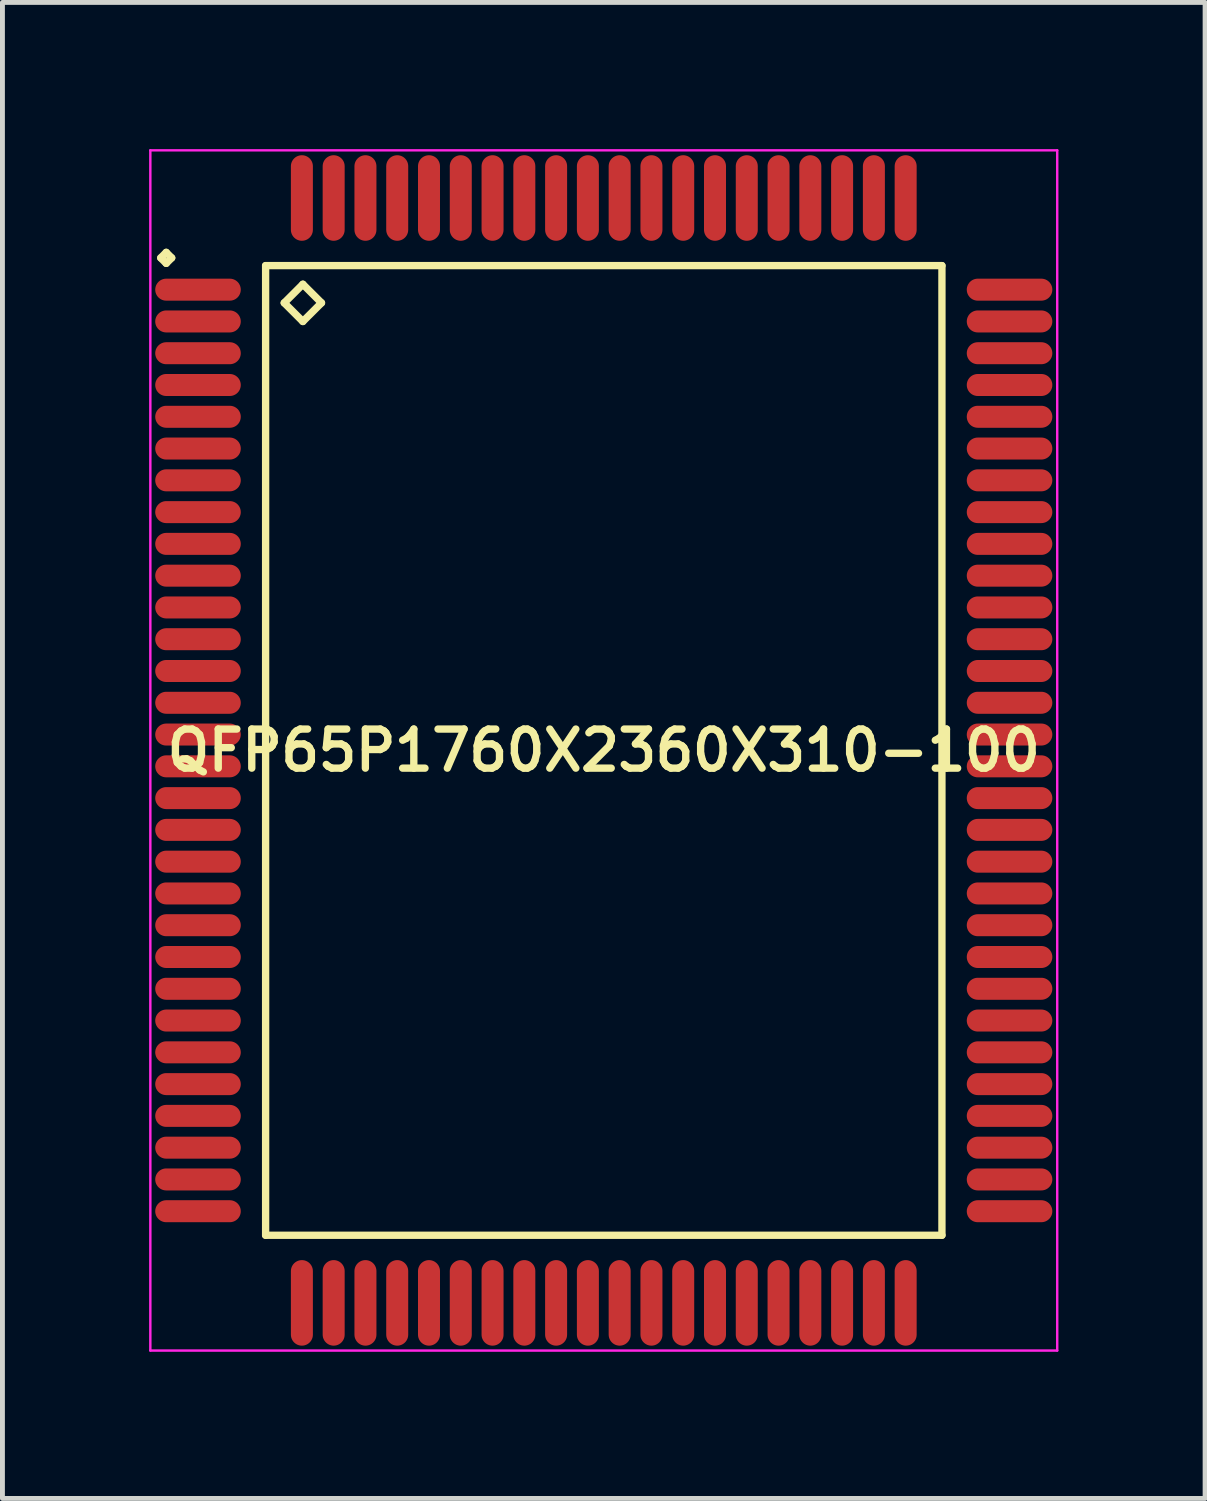
<source format=kicad_pcb>
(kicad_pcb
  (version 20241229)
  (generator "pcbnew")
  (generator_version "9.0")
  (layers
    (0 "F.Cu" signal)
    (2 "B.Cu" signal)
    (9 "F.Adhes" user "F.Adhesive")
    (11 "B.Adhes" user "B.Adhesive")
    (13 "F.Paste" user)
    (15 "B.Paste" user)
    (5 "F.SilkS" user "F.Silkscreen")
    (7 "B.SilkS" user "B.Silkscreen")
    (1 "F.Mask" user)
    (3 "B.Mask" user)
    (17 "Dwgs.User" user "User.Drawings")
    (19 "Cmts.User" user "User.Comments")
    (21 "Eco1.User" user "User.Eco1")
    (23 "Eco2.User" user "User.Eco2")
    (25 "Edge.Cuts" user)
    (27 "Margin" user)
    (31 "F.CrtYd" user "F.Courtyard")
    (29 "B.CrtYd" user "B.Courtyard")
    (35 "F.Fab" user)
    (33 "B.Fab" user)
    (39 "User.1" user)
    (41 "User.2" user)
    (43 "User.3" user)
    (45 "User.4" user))
  (footprint "QFP65P1760X2360X310-100"
    (layer "F.Cu")
    (at 9.3 12.3)
    (property "Reference" "QFP65P1760X2360X310-100" (at 0 0 0) (layer "F.SilkS") (effects (font (size 0.8 0.8) (thickness 0.15))))
    (attr smd)
    (fp_line (start -9.062 -10.075) (end -8.95 -10.188) (stroke (width 0.15) (type solid)) (layer "F.SilkS"))
    (fp_line (start -8.95 -10.188) (end -8.838 -10.075) (stroke (width 0.15) (type solid)) (layer "F.SilkS"))
    (fp_line (start -8.95 -9.963) (end -9.062 -10.075) (stroke (width 0.15) (type solid)) (layer "F.SilkS"))
    (fp_line (start -8.838 -10.075) (end -8.95 -9.963) (stroke (width 0.15) (type solid)) (layer "F.SilkS"))
    (fp_line (start -6.917 -9.917) (end -6.917 9.917) (stroke (width 0.15) (type solid)) (layer "F.SilkS"))
    (fp_line (start -6.917 9.917) (end 6.917 9.917) (stroke (width 0.15) (type solid)) (layer "F.SilkS"))
    (fp_line (start -6.536 -9.155) (end -6.155 -9.536) (stroke (width 0.15) (type solid)) (layer "F.SilkS"))
    (fp_line (start -6.155 -9.536) (end -5.774 -9.155) (stroke (width 0.15) (type solid)) (layer "F.SilkS"))
    (fp_line (start -6.155 -8.774) (end -6.536 -9.155) (stroke (width 0.15) (type solid)) (layer "F.SilkS"))
    (fp_line (start -5.774 -9.155) (end -6.155 -8.774) (stroke (width 0.15) (type solid)) (layer "F.SilkS"))
    (fp_line (start 6.917 -9.917) (end -6.917 -9.917) (stroke (width 0.15) (type solid)) (layer "F.SilkS"))
    (fp_line (start 6.917 9.917) (end 6.917 -9.917) (stroke (width 0.15) (type solid)) (layer "F.SilkS"))
    (fp_line (start -9.275 -12.275) (end 9.275 -12.275) (stroke (width 0.05) (type solid)) (layer "F.CrtYd"))
    (fp_line (start -9.275 12.275) (end -9.275 -12.275) (stroke (width 0.05) (type solid)) (layer "F.CrtYd"))
    (fp_line (start 9.275 -12.275) (end 9.275 12.275) (stroke (width 0.05) (type solid)) (layer "F.CrtYd"))
    (fp_line (start 9.275 12.275) (end -9.275 12.275) (stroke (width 0.05) (type solid)) (layer "F.CrtYd"))
    (pad "1" smd oval (at -8.3 -9.425) (size 1.75 0.45) (layers "F.Cu" "F.Mask" "F.Paste"))
    (pad "2" smd oval (at -8.3 -8.775) (size 1.75 0.45) (layers "F.Cu" "F.Mask" "F.Paste"))
    (pad "3" smd oval (at -8.3 -8.125) (size 1.75 0.45) (layers "F.Cu" "F.Mask" "F.Paste"))
    (pad "4" smd oval (at -8.3 -7.475) (size 1.75 0.45) (layers "F.Cu" "F.Mask" "F.Paste"))
    (pad "5" smd oval (at -8.3 -6.825) (size 1.75 0.45) (layers "F.Cu" "F.Mask" "F.Paste"))
    (pad "6" smd oval (at -8.3 -6.175) (size 1.75 0.45) (layers "F.Cu" "F.Mask" "F.Paste"))
    (pad "7" smd oval (at -8.3 -5.525) (size 1.75 0.45) (layers "F.Cu" "F.Mask" "F.Paste"))
    (pad "8" smd oval (at -8.3 -4.875) (size 1.75 0.45) (layers "F.Cu" "F.Mask" "F.Paste"))
    (pad "9" smd oval (at -8.3 -4.225) (size 1.75 0.45) (layers "F.Cu" "F.Mask" "F.Paste"))
    (pad "10" smd oval (at -8.3 -3.575) (size 1.75 0.45) (layers "F.Cu" "F.Mask" "F.Paste"))
    (pad "11" smd oval (at -8.3 -2.925) (size 1.75 0.45) (layers "F.Cu" "F.Mask" "F.Paste"))
    (pad "12" smd oval (at -8.3 -2.275) (size 1.75 0.45) (layers "F.Cu" "F.Mask" "F.Paste"))
    (pad "13" smd oval (at -8.3 -1.625) (size 1.75 0.45) (layers "F.Cu" "F.Mask" "F.Paste"))
    (pad "14" smd oval (at -8.3 -0.975) (size 1.75 0.45) (layers "F.Cu" "F.Mask" "F.Paste"))
    (pad "15" smd oval (at -8.3 -0.325) (size 1.75 0.45) (layers "F.Cu" "F.Mask" "F.Paste"))
    (pad "16" smd oval (at -8.3 0.325) (size 1.75 0.45) (layers "F.Cu" "F.Mask" "F.Paste"))
    (pad "17" smd oval (at -8.3 0.975) (size 1.75 0.45) (layers "F.Cu" "F.Mask" "F.Paste"))
    (pad "18" smd oval (at -8.3 1.625) (size 1.75 0.45) (layers "F.Cu" "F.Mask" "F.Paste"))
    (pad "19" smd oval (at -8.3 2.275) (size 1.75 0.45) (layers "F.Cu" "F.Mask" "F.Paste"))
    (pad "20" smd oval (at -8.3 2.925) (size 1.75 0.45) (layers "F.Cu" "F.Mask" "F.Paste"))
    (pad "21" smd oval (at -8.3 3.575) (size 1.75 0.45) (layers "F.Cu" "F.Mask" "F.Paste"))
    (pad "22" smd oval (at -8.3 4.225) (size 1.75 0.45) (layers "F.Cu" "F.Mask" "F.Paste"))
    (pad "23" smd oval (at -8.3 4.875) (size 1.75 0.45) (layers "F.Cu" "F.Mask" "F.Paste"))
    (pad "24" smd oval (at -8.3 5.525) (size 1.75 0.45) (layers "F.Cu" "F.Mask" "F.Paste"))
    (pad "25" smd oval (at -8.3 6.175) (size 1.75 0.45) (layers "F.Cu" "F.Mask" "F.Paste"))
    (pad "26" smd oval (at -8.3 6.825) (size 1.75 0.45) (layers "F.Cu" "F.Mask" "F.Paste"))
    (pad "27" smd oval (at -8.3 7.475) (size 1.75 0.45) (layers "F.Cu" "F.Mask" "F.Paste"))
    (pad "28" smd oval (at -8.3 8.125) (size 1.75 0.45) (layers "F.Cu" "F.Mask" "F.Paste"))
    (pad "29" smd oval (at -8.3 8.775) (size 1.75 0.45) (layers "F.Cu" "F.Mask" "F.Paste"))
    (pad "30" smd oval (at -8.3 9.425) (size 1.75 0.45) (layers "F.Cu" "F.Mask" "F.Paste"))
    (pad "31" smd oval (at -6.175 11.3) (size 0.45 1.75) (layers "F.Cu" "F.Mask" "F.Paste"))
    (pad "32" smd oval (at -5.525 11.3) (size 0.45 1.75) (layers "F.Cu" "F.Mask" "F.Paste"))
    (pad "33" smd oval (at -4.875 11.3) (size 0.45 1.75) (layers "F.Cu" "F.Mask" "F.Paste"))
    (pad "34" smd oval (at -4.225 11.3) (size 0.45 1.75) (layers "F.Cu" "F.Mask" "F.Paste"))
    (pad "35" smd oval (at -3.575 11.3) (size 0.45 1.75) (layers "F.Cu" "F.Mask" "F.Paste"))
    (pad "36" smd oval (at -2.925 11.3) (size 0.45 1.75) (layers "F.Cu" "F.Mask" "F.Paste"))
    (pad "37" smd oval (at -2.275 11.3) (size 0.45 1.75) (layers "F.Cu" "F.Mask" "F.Paste"))
    (pad "38" smd oval (at -1.625 11.3) (size 0.45 1.75) (layers "F.Cu" "F.Mask" "F.Paste"))
    (pad "39" smd oval (at -0.975 11.3) (size 0.45 1.75) (layers "F.Cu" "F.Mask" "F.Paste"))
    (pad "40" smd oval (at -0.325 11.3) (size 0.45 1.75) (layers "F.Cu" "F.Mask" "F.Paste"))
    (pad "41" smd oval (at 0.325 11.3) (size 0.45 1.75) (layers "F.Cu" "F.Mask" "F.Paste"))
    (pad "42" smd oval (at 0.975 11.3) (size 0.45 1.75) (layers "F.Cu" "F.Mask" "F.Paste"))
    (pad "43" smd oval (at 1.625 11.3) (size 0.45 1.75) (layers "F.Cu" "F.Mask" "F.Paste"))
    (pad "44" smd oval (at 2.275 11.3) (size 0.45 1.75) (layers "F.Cu" "F.Mask" "F.Paste"))
    (pad "45" smd oval (at 2.925 11.3) (size 0.45 1.75) (layers "F.Cu" "F.Mask" "F.Paste"))
    (pad "46" smd oval (at 3.575 11.3) (size 0.45 1.75) (layers "F.Cu" "F.Mask" "F.Paste"))
    (pad "47" smd oval (at 4.225 11.3) (size 0.45 1.75) (layers "F.Cu" "F.Mask" "F.Paste"))
    (pad "48" smd oval (at 4.875 11.3) (size 0.45 1.75) (layers "F.Cu" "F.Mask" "F.Paste"))
    (pad "49" smd oval (at 5.525 11.3) (size 0.45 1.75) (layers "F.Cu" "F.Mask" "F.Paste"))
    (pad "50" smd oval (at 6.175 11.3) (size 0.45 1.75) (layers "F.Cu" "F.Mask" "F.Paste"))
    (pad "51" smd oval (at 8.3 9.425) (size 1.75 0.45) (layers "F.Cu" "F.Mask" "F.Paste"))
    (pad "52" smd oval (at 8.3 8.775) (size 1.75 0.45) (layers "F.Cu" "F.Mask" "F.Paste"))
    (pad "53" smd oval (at 8.3 8.125) (size 1.75 0.45) (layers "F.Cu" "F.Mask" "F.Paste"))
    (pad "54" smd oval (at 8.3 7.475) (size 1.75 0.45) (layers "F.Cu" "F.Mask" "F.Paste"))
    (pad "55" smd oval (at 8.3 6.825) (size 1.75 0.45) (layers "F.Cu" "F.Mask" "F.Paste"))
    (pad "56" smd oval (at 8.3 6.175) (size 1.75 0.45) (layers "F.Cu" "F.Mask" "F.Paste"))
    (pad "57" smd oval (at 8.3 5.525) (size 1.75 0.45) (layers "F.Cu" "F.Mask" "F.Paste"))
    (pad "58" smd oval (at 8.3 4.875) (size 1.75 0.45) (layers "F.Cu" "F.Mask" "F.Paste"))
    (pad "59" smd oval (at 8.3 4.225) (size 1.75 0.45) (layers "F.Cu" "F.Mask" "F.Paste"))
    (pad "60" smd oval (at 8.3 3.575) (size 1.75 0.45) (layers "F.Cu" "F.Mask" "F.Paste"))
    (pad "61" smd oval (at 8.3 2.925) (size 1.75 0.45) (layers "F.Cu" "F.Mask" "F.Paste"))
    (pad "62" smd oval (at 8.3 2.275) (size 1.75 0.45) (layers "F.Cu" "F.Mask" "F.Paste"))
    (pad "63" smd oval (at 8.3 1.625) (size 1.75 0.45) (layers "F.Cu" "F.Mask" "F.Paste"))
    (pad "64" smd oval (at 8.3 0.975) (size 1.75 0.45) (layers "F.Cu" "F.Mask" "F.Paste"))
    (pad "65" smd oval (at 8.3 0.325) (size 1.75 0.45) (layers "F.Cu" "F.Mask" "F.Paste"))
    (pad "66" smd oval (at 8.3 -0.325) (size 1.75 0.45) (layers "F.Cu" "F.Mask" "F.Paste"))
    (pad "67" smd oval (at 8.3 -0.975) (size 1.75 0.45) (layers "F.Cu" "F.Mask" "F.Paste"))
    (pad "68" smd oval (at 8.3 -1.625) (size 1.75 0.45) (layers "F.Cu" "F.Mask" "F.Paste"))
    (pad "69" smd oval (at 8.3 -2.275) (size 1.75 0.45) (layers "F.Cu" "F.Mask" "F.Paste"))
    (pad "70" smd oval (at 8.3 -2.925) (size 1.75 0.45) (layers "F.Cu" "F.Mask" "F.Paste"))
    (pad "71" smd oval (at 8.3 -3.575) (size 1.75 0.45) (layers "F.Cu" "F.Mask" "F.Paste"))
    (pad "72" smd oval (at 8.3 -4.225) (size 1.75 0.45) (layers "F.Cu" "F.Mask" "F.Paste"))
    (pad "73" smd oval (at 8.3 -4.875) (size 1.75 0.45) (layers "F.Cu" "F.Mask" "F.Paste"))
    (pad "74" smd oval (at 8.3 -5.525) (size 1.75 0.45) (layers "F.Cu" "F.Mask" "F.Paste"))
    (pad "75" smd oval (at 8.3 -6.175) (size 1.75 0.45) (layers "F.Cu" "F.Mask" "F.Paste"))
    (pad "76" smd oval (at 8.3 -6.825) (size 1.75 0.45) (layers "F.Cu" "F.Mask" "F.Paste"))
    (pad "77" smd oval (at 8.3 -7.475) (size 1.75 0.45) (layers "F.Cu" "F.Mask" "F.Paste"))
    (pad "78" smd oval (at 8.3 -8.125) (size 1.75 0.45) (layers "F.Cu" "F.Mask" "F.Paste"))
    (pad "79" smd oval (at 8.3 -8.775) (size 1.75 0.45) (layers "F.Cu" "F.Mask" "F.Paste"))
    (pad "80" smd oval (at 8.3 -9.425) (size 1.75 0.45) (layers "F.Cu" "F.Mask" "F.Paste"))
    (pad "81" smd oval (at 6.175 -11.3) (size 0.45 1.75) (layers "F.Cu" "F.Mask" "F.Paste"))
    (pad "82" smd oval (at 5.525 -11.3) (size 0.45 1.75) (layers "F.Cu" "F.Mask" "F.Paste"))
    (pad "83" smd oval (at 4.875 -11.3) (size 0.45 1.75) (layers "F.Cu" "F.Mask" "F.Paste"))
    (pad "84" smd oval (at 4.225 -11.3) (size 0.45 1.75) (layers "F.Cu" "F.Mask" "F.Paste"))
    (pad "85" smd oval (at 3.575 -11.3) (size 0.45 1.75) (layers "F.Cu" "F.Mask" "F.Paste"))
    (pad "86" smd oval (at 2.925 -11.3) (size 0.45 1.75) (layers "F.Cu" "F.Mask" "F.Paste"))
    (pad "87" smd oval (at 2.275 -11.3) (size 0.45 1.75) (layers "F.Cu" "F.Mask" "F.Paste"))
    (pad "88" smd oval (at 1.625 -11.3) (size 0.45 1.75) (layers "F.Cu" "F.Mask" "F.Paste"))
    (pad "89" smd oval (at 0.975 -11.3) (size 0.45 1.75) (layers "F.Cu" "F.Mask" "F.Paste"))
    (pad "90" smd oval (at 0.325 -11.3) (size 0.45 1.75) (layers "F.Cu" "F.Mask" "F.Paste"))
    (pad "91" smd oval (at -0.325 -11.3) (size 0.45 1.75) (layers "F.Cu" "F.Mask" "F.Paste"))
    (pad "92" smd oval (at -0.975 -11.3) (size 0.45 1.75) (layers "F.Cu" "F.Mask" "F.Paste"))
    (pad "93" smd oval (at -1.625 -11.3) (size 0.45 1.75) (layers "F.Cu" "F.Mask" "F.Paste"))
    (pad "94" smd oval (at -2.275 -11.3) (size 0.45 1.75) (layers "F.Cu" "F.Mask" "F.Paste"))
    (pad "95" smd oval (at -2.925 -11.3) (size 0.45 1.75) (layers "F.Cu" "F.Mask" "F.Paste"))
    (pad "96" smd oval (at -3.575 -11.3) (size 0.45 1.75) (layers "F.Cu" "F.Mask" "F.Paste"))
    (pad "97" smd oval (at -4.225 -11.3) (size 0.45 1.75) (layers "F.Cu" "F.Mask" "F.Paste"))
    (pad "98" smd oval (at -4.875 -11.3) (size 0.45 1.75) (layers "F.Cu" "F.Mask" "F.Paste"))
    (pad "99" smd oval (at -5.525 -11.3) (size 0.45 1.75) (layers "F.Cu" "F.Mask" "F.Paste"))
    (pad "100" smd oval (at -6.175 -11.3) (size 0.45 1.75) (layers "F.Cu" "F.Mask" "F.Paste")))
  (gr_rect
    (start -3 -3)
    (end 21.6 27.6)
    (stroke (width 0.1) (type default))
    (fill no)
    (layer "Edge.Cuts")))
</source>
